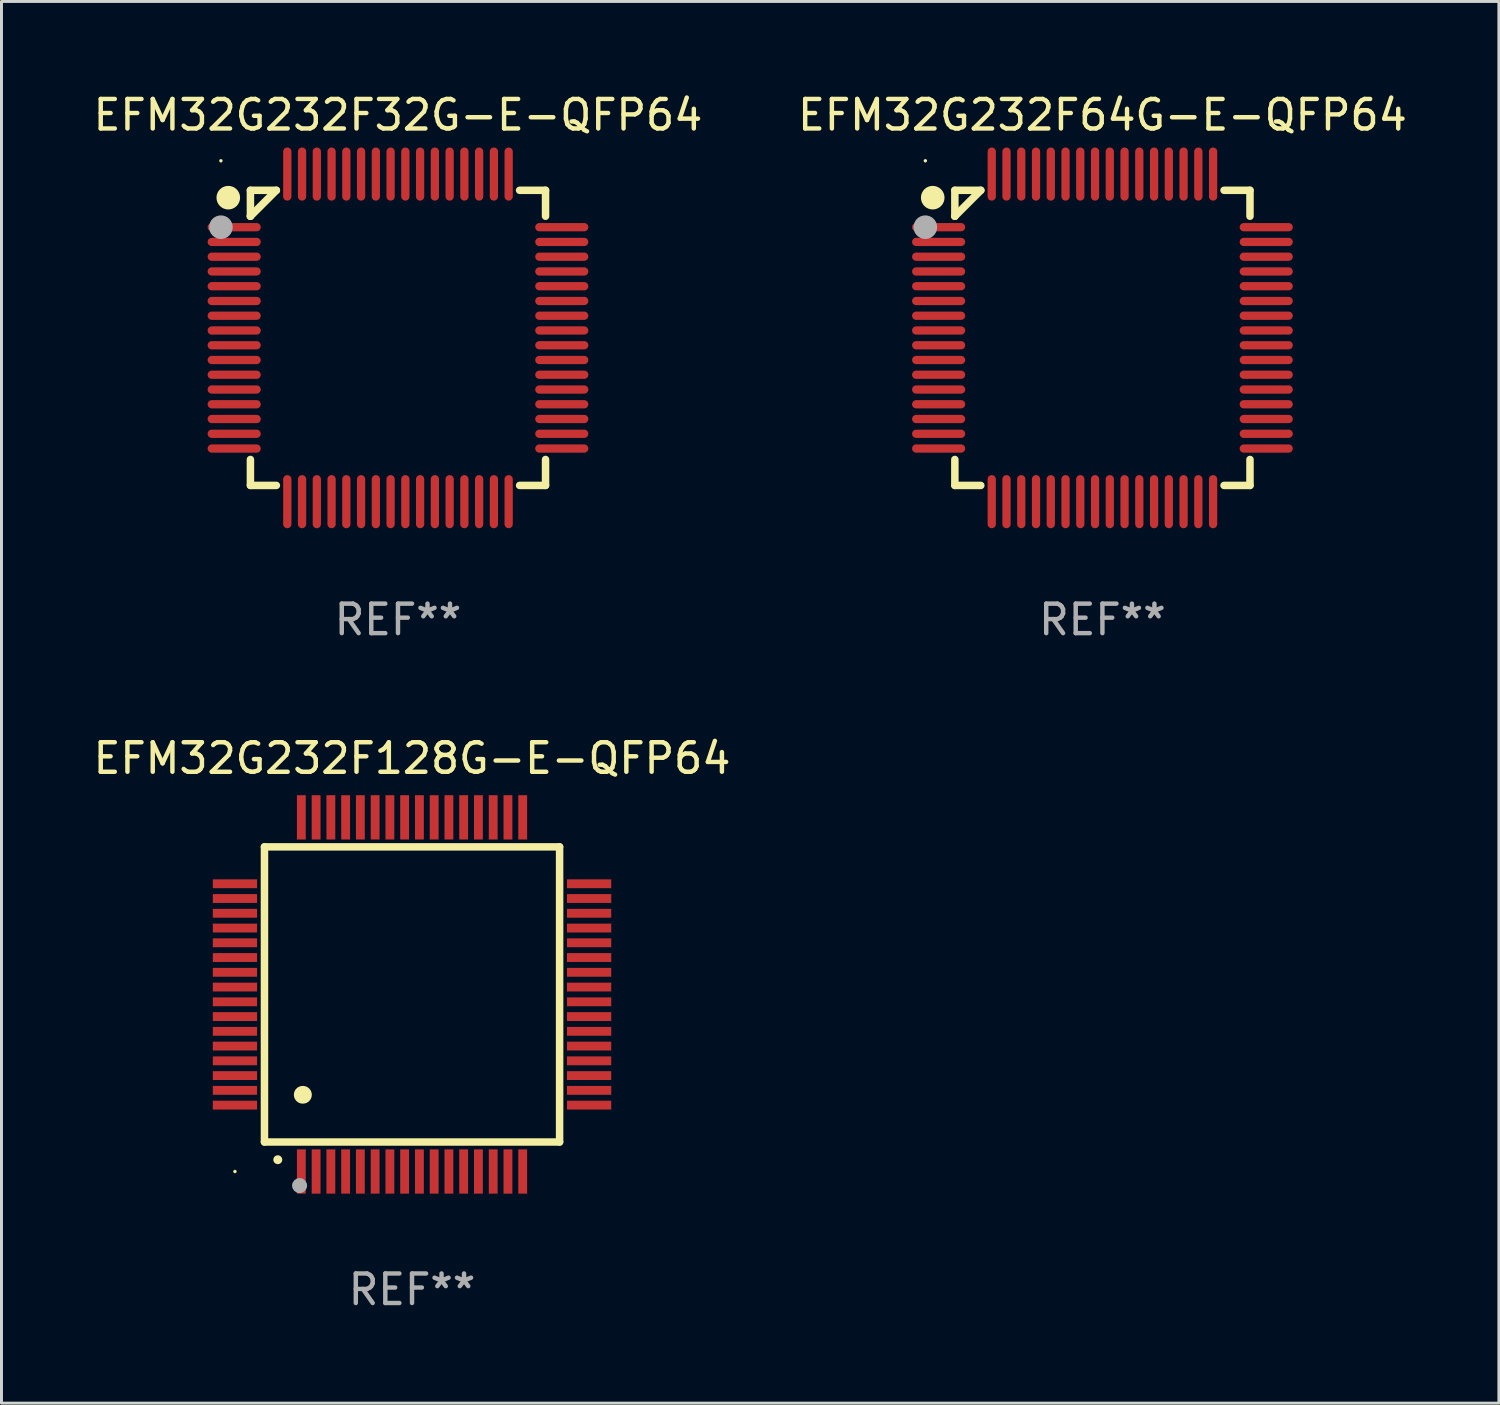
<source format=kicad_pcb>
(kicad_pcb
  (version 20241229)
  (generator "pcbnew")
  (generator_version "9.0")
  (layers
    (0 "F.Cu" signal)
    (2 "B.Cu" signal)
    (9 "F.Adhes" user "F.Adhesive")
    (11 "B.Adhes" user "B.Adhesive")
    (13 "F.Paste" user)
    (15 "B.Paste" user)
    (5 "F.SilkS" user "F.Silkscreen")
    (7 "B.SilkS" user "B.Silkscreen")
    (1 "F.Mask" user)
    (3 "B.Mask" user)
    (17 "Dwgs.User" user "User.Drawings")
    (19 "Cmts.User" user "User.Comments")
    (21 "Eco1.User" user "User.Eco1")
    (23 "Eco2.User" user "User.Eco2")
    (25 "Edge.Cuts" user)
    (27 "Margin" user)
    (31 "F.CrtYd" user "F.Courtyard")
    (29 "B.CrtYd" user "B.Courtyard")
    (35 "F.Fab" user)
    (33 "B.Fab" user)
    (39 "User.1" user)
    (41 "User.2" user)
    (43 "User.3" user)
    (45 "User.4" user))
  (footprint "EFM32G232F128G-E-QFP64"
    (layer "F.Cu")
    (at 10.911 30.645)
    (property "Reference" "EFM32G232F128G-E-QFP64" (at 0 -8 0) (layer "F.SilkS") (effects (font (size 1 1) (thickness 0.15))))
    (attr through_hole)
    (fp_line (start -5 -5) (end -5 5) (stroke (width 0.254) (type solid)) (layer "F.SilkS"))
    (fp_line (start -5 -5) (end 5 -5) (stroke (width 0.254) (type solid)) (layer "F.SilkS"))
    (fp_line (start -5 5) (end 5 5) (stroke (width 0.254) (type solid)) (layer "F.SilkS"))
    (fp_line (start 5 -5) (end 5 5) (stroke (width 0.254) (type solid)) (layer "F.SilkS"))
    (fp_arc (start -4.549987 5.6) (mid -4.548717 5.599995) (end -4.547447 5.6) (stroke (width 0.3) (type solid)) (layer "F.SilkS"))
    (fp_arc (start -3.703835 3.400076) (mid -3.700025 3.400052) (end -3.696215 3.400076) (stroke (width 0.6) (type solid)) (layer "F.SilkS"))
    (fp_circle (center -6 6) (end -5.97 6) (stroke (width 0.06) (type solid)) (fill no) (layer "F.SilkS"))
    (fp_circle (center -3.81 6.477) (end -3.683 6.477) (stroke (width 0.254) (type solid)) (fill no) (layer "F.Fab"))
    (fp_text user "REF**" (at 0 10 0) (layer "F.Fab") (effects (font (size 1 1) (thickness 0.15))))
    (pad "1" smd rect (at -3.75 6 180) (size 0.3 1.5) (layers "F.Cu" "F.Mask" "F.Paste"))
    (pad "2" smd rect (at -3.25 6 180) (size 0.3 1.5) (layers "F.Cu" "F.Mask" "F.Paste"))
    (pad "3" smd rect (at -2.75 6 180) (size 0.3 1.5) (layers "F.Cu" "F.Mask" "F.Paste"))
    (pad "4" smd rect (at -2.25 6 180) (size 0.3 1.5) (layers "F.Cu" "F.Mask" "F.Paste"))
    (pad "5" smd rect (at -1.75 6 180) (size 0.3 1.5) (layers "F.Cu" "F.Mask" "F.Paste"))
    (pad "6" smd rect (at -1.25 6 180) (size 0.3 1.5) (layers "F.Cu" "F.Mask" "F.Paste"))
    (pad "7" smd rect (at -0.75 6 180) (size 0.3 1.5) (layers "F.Cu" "F.Mask" "F.Paste"))
    (pad "8" smd rect (at -0.25 6 180) (size 0.3 1.5) (layers "F.Cu" "F.Mask" "F.Paste"))
    (pad "9" smd rect (at 0.25 6 180) (size 0.3 1.5) (layers "F.Cu" "F.Mask" "F.Paste"))
    (pad "10" smd rect (at 0.75 6 180) (size 0.3 1.5) (layers "F.Cu" "F.Mask" "F.Paste"))
    (pad "11" smd rect (at 1.25 6 180) (size 0.3 1.5) (layers "F.Cu" "F.Mask" "F.Paste"))
    (pad "12" smd rect (at 1.75 6 180) (size 0.3 1.5) (layers "F.Cu" "F.Mask" "F.Paste"))
    (pad "13" smd rect (at 2.25 6 180) (size 0.3 1.5) (layers "F.Cu" "F.Mask" "F.Paste"))
    (pad "14" smd rect (at 2.75 6 180) (size 0.3 1.5) (layers "F.Cu" "F.Mask" "F.Paste"))
    (pad "15" smd rect (at 3.25 6 180) (size 0.3 1.5) (layers "F.Cu" "F.Mask" "F.Paste"))
    (pad "16" smd rect (at 3.75 6 180) (size 0.3 1.5) (layers "F.Cu" "F.Mask" "F.Paste"))
    (pad "17" smd rect (at 6 3.75 90) (size 0.3 1.5) (layers "F.Cu" "F.Mask" "F.Paste"))
    (pad "18" smd rect (at 6 3.25 90) (size 0.3 1.5) (layers "F.Cu" "F.Mask" "F.Paste"))
    (pad "19" smd rect (at 6 2.75 90) (size 0.3 1.5) (layers "F.Cu" "F.Mask" "F.Paste"))
    (pad "20" smd rect (at 6 2.25 90) (size 0.3 1.5) (layers "F.Cu" "F.Mask" "F.Paste"))
    (pad "21" smd rect (at 6 1.75 90) (size 0.3 1.5) (layers "F.Cu" "F.Mask" "F.Paste"))
    (pad "22" smd rect (at 6 1.25 90) (size 0.3 1.5) (layers "F.Cu" "F.Mask" "F.Paste"))
    (pad "23" smd rect (at 6 0.75 90) (size 0.3 1.5) (layers "F.Cu" "F.Mask" "F.Paste"))
    (pad "24" smd rect (at 6 0.25 90) (size 0.3 1.5) (layers "F.Cu" "F.Mask" "F.Paste"))
    (pad "25" smd rect (at 6 -0.25 90) (size 0.3 1.5) (layers "F.Cu" "F.Mask" "F.Paste"))
    (pad "26" smd rect (at 6 -0.75 90) (size 0.3 1.5) (layers "F.Cu" "F.Mask" "F.Paste"))
    (pad "27" smd rect (at 6 -1.25 90) (size 0.3 1.5) (layers "F.Cu" "F.Mask" "F.Paste"))
    (pad "28" smd rect (at 6 -1.75 90) (size 0.3 1.5) (layers "F.Cu" "F.Mask" "F.Paste"))
    (pad "29" smd rect (at 6 -2.25 90) (size 0.3 1.5) (layers "F.Cu" "F.Mask" "F.Paste"))
    (pad "30" smd rect (at 6 -2.75 90) (size 0.3 1.5) (layers "F.Cu" "F.Mask" "F.Paste"))
    (pad "31" smd rect (at 6 -3.25 90) (size 0.3 1.5) (layers "F.Cu" "F.Mask" "F.Paste"))
    (pad "32" smd rect (at 6 -3.75 90) (size 0.3 1.5) (layers "F.Cu" "F.Mask" "F.Paste"))
    (pad "33" smd rect (at 3.75 -6 180) (size 0.3 1.5) (layers "F.Cu" "F.Mask" "F.Paste"))
    (pad "34" smd rect (at 3.25 -6 180) (size 0.3 1.5) (layers "F.Cu" "F.Mask" "F.Paste"))
    (pad "35" smd rect (at 2.75 -6 180) (size 0.3 1.5) (layers "F.Cu" "F.Mask" "F.Paste"))
    (pad "36" smd rect (at 2.25 -6 180) (size 0.3 1.5) (layers "F.Cu" "F.Mask" "F.Paste"))
    (pad "37" smd rect (at 1.75 -6 180) (size 0.3 1.5) (layers "F.Cu" "F.Mask" "F.Paste"))
    (pad "38" smd rect (at 1.25 -6 180) (size 0.3 1.5) (layers "F.Cu" "F.Mask" "F.Paste"))
    (pad "39" smd rect (at 0.75 -6 180) (size 0.3 1.5) (layers "F.Cu" "F.Mask" "F.Paste"))
    (pad "40" smd rect (at 0.25 -6 180) (size 0.3 1.5) (layers "F.Cu" "F.Mask" "F.Paste"))
    (pad "41" smd rect (at -0.25 -6 180) (size 0.3 1.5) (layers "F.Cu" "F.Mask" "F.Paste"))
    (pad "42" smd rect (at -0.75 -6 180) (size 0.3 1.5) (layers "F.Cu" "F.Mask" "F.Paste"))
    (pad "43" smd rect (at -1.25 -6 180) (size 0.3 1.5) (layers "F.Cu" "F.Mask" "F.Paste"))
    (pad "44" smd rect (at -1.75 -6 180) (size 0.3 1.5) (layers "F.Cu" "F.Mask" "F.Paste"))
    (pad "45" smd rect (at -2.25 -6 180) (size 0.3 1.5) (layers "F.Cu" "F.Mask" "F.Paste"))
    (pad "46" smd rect (at -2.75 -6 180) (size 0.3 1.5) (layers "F.Cu" "F.Mask" "F.Paste"))
    (pad "47" smd rect (at -3.25 -6 180) (size 0.3 1.5) (layers "F.Cu" "F.Mask" "F.Paste"))
    (pad "48" smd rect (at -3.75 -6 180) (size 0.3 1.5) (layers "F.Cu" "F.Mask" "F.Paste"))
    (pad "49" smd rect (at -6 -3.75 90) (size 0.3 1.5) (layers "F.Cu" "F.Mask" "F.Paste"))
    (pad "50" smd rect (at -6 -3.25 90) (size 0.3 1.5) (layers "F.Cu" "F.Mask" "F.Paste"))
    (pad "51" smd rect (at -6 -2.75 90) (size 0.3 1.5) (layers "F.Cu" "F.Mask" "F.Paste"))
    (pad "52" smd rect (at -6 -2.25 90) (size 0.3 1.5) (layers "F.Cu" "F.Mask" "F.Paste"))
    (pad "53" smd rect (at -6 -1.75 90) (size 0.3 1.5) (layers "F.Cu" "F.Mask" "F.Paste"))
    (pad "54" smd rect (at -6 -1.25 90) (size 0.3 1.5) (layers "F.Cu" "F.Mask" "F.Paste"))
    (pad "55" smd rect (at -6 -0.75 90) (size 0.3 1.5) (layers "F.Cu" "F.Mask" "F.Paste"))
    (pad "56" smd rect (at -6 -0.25 90) (size 0.3 1.5) (layers "F.Cu" "F.Mask" "F.Paste"))
    (pad "57" smd rect (at -6 0.25 90) (size 0.3 1.5) (layers "F.Cu" "F.Mask" "F.Paste"))
    (pad "58" smd rect (at -6 0.75 90) (size 0.3 1.5) (layers "F.Cu" "F.Mask" "F.Paste"))
    (pad "59" smd rect (at -6 1.25 90) (size 0.3 1.5) (layers "F.Cu" "F.Mask" "F.Paste"))
    (pad "60" smd rect (at -6 1.75 90) (size 0.3 1.5) (layers "F.Cu" "F.Mask" "F.Paste"))
    (pad "61" smd rect (at -6 2.25 90) (size 0.3 1.5) (layers "F.Cu" "F.Mask" "F.Paste"))
    (pad "62" smd rect (at -6 2.75 90) (size 0.3 1.5) (layers "F.Cu" "F.Mask" "F.Paste"))
    (pad "63" smd rect (at -6 3.25 90) (size 0.3 1.5) (layers "F.Cu" "F.Mask" "F.Paste"))
    (pad "64" smd rect (at -6 3.75 90) (size 0.3 1.5) (layers "F.Cu" "F.Mask" "F.Paste")))
  (footprint "EFM32G232F32G-E-QFP64"
    (layer "F.Cu")
    (at 10.435 8.398)
    (property "Reference" "EFM32G232F32G-E-QFP64" (at 0 -7.55 0) (layer "F.SilkS") (effects (font (size 1 1) (thickness 0.15))))
    (attr through_hole)
    (fp_line (start -5 -5) (end -4.121 -5) (stroke (width 0.254) (type solid)) (layer "F.SilkS"))
    (fp_line (start -5 -4.121) (end -5 -5) (stroke (width 0.254) (type solid)) (layer "F.SilkS"))
    (fp_line (start -5 -4.121) (end -5 -4.121) (stroke (width 0.254) (type solid)) (layer "F.SilkS"))
    (fp_line (start -5 -4.121) (end -4.121 -5) (stroke (width 0.254) (type solid)) (layer "F.SilkS"))
    (fp_line (start -5 5) (end -5 4.121) (stroke (width 0.254) (type solid)) (layer "F.SilkS"))
    (fp_line (start -4.121 5) (end -5 5) (stroke (width 0.254) (type solid)) (layer "F.SilkS"))
    (fp_line (start 4.121 -5) (end 5 -5) (stroke (width 0.254) (type solid)) (layer "F.SilkS"))
    (fp_line (start 5 -5) (end 5 -4.121) (stroke (width 0.254) (type solid)) (layer "F.SilkS"))
    (fp_line (start 5 4.121) (end 5 5) (stroke (width 0.254) (type solid)) (layer "F.SilkS"))
    (fp_line (start 5 5) (end 4.121 5) (stroke (width 0.254) (type solid)) (layer "F.SilkS"))
    (fp_circle (center -6 -6) (end -5.97 -6) (stroke (width 0.06) (type solid)) (fill no) (layer "F.SilkS"))
    (fp_circle (center -5.75 -4.75) (end -5.55 -4.75) (stroke (width 0.4) (type solid)) (fill no) (layer "F.SilkS"))
    (fp_circle (center -6 -3.75) (end -5.8 -3.75) (stroke (width 0.4) (type solid)) (fill no) (layer "F.Fab"))
    (fp_text user "REF**" (at 0 9.55 0) (layer "F.Fab") (effects (font (size 1 1) (thickness 0.15))))
    (pad "1" smd oval (at -5.55 -3.75 90) (size 0.28 1.8) (layers "F.Cu" "F.Mask" "F.Paste"))
    (pad "2" smd oval (at -5.55 -3.25 90) (size 0.28 1.8) (layers "F.Cu" "F.Mask" "F.Paste"))
    (pad "3" smd oval (at -5.55 -2.75 90) (size 0.28 1.8) (layers "F.Cu" "F.Mask" "F.Paste"))
    (pad "4" smd oval (at -5.55 -2.25 90) (size 0.28 1.8) (layers "F.Cu" "F.Mask" "F.Paste"))
    (pad "5" smd oval (at -5.55 -1.75 90) (size 0.28 1.8) (layers "F.Cu" "F.Mask" "F.Paste"))
    (pad "6" smd oval (at -5.55 -1.25 90) (size 0.28 1.8) (layers "F.Cu" "F.Mask" "F.Paste"))
    (pad "7" smd oval (at -5.55 -0.75 90) (size 0.28 1.8) (layers "F.Cu" "F.Mask" "F.Paste"))
    (pad "8" smd oval (at -5.55 -0.25 90) (size 0.28 1.8) (layers "F.Cu" "F.Mask" "F.Paste"))
    (pad "9" smd oval (at -5.55 0.25 90) (size 0.28 1.8) (layers "F.Cu" "F.Mask" "F.Paste"))
    (pad "10" smd oval (at -5.55 0.75 90) (size 0.28 1.8) (layers "F.Cu" "F.Mask" "F.Paste"))
    (pad "11" smd oval (at -5.55 1.25 90) (size 0.28 1.8) (layers "F.Cu" "F.Mask" "F.Paste"))
    (pad "12" smd oval (at -5.55 1.75 90) (size 0.28 1.8) (layers "F.Cu" "F.Mask" "F.Paste"))
    (pad "13" smd oval (at -5.55 2.25 90) (size 0.28 1.8) (layers "F.Cu" "F.Mask" "F.Paste"))
    (pad "14" smd oval (at -5.55 2.75 90) (size 0.28 1.8) (layers "F.Cu" "F.Mask" "F.Paste"))
    (pad "15" smd oval (at -5.55 3.25 90) (size 0.28 1.8) (layers "F.Cu" "F.Mask" "F.Paste"))
    (pad "16" smd oval (at -5.55 3.75 90) (size 0.28 1.8) (layers "F.Cu" "F.Mask" "F.Paste"))
    (pad "17" smd oval (at -3.75 5.55) (size 0.28 1.8) (layers "F.Cu" "F.Mask" "F.Paste"))
    (pad "18" smd oval (at -3.25 5.55) (size 0.28 1.8) (layers "F.Cu" "F.Mask" "F.Paste"))
    (pad "19" smd oval (at -2.75 5.55) (size 0.28 1.8) (layers "F.Cu" "F.Mask" "F.Paste"))
    (pad "20" smd oval (at -2.25 5.55) (size 0.28 1.8) (layers "F.Cu" "F.Mask" "F.Paste"))
    (pad "21" smd oval (at -1.75 5.55) (size 0.28 1.8) (layers "F.Cu" "F.Mask" "F.Paste"))
    (pad "22" smd oval (at -1.25 5.55) (size 0.28 1.8) (layers "F.Cu" "F.Mask" "F.Paste"))
    (pad "23" smd oval (at -0.75 5.55) (size 0.28 1.8) (layers "F.Cu" "F.Mask" "F.Paste"))
    (pad "24" smd oval (at -0.25 5.55) (size 0.28 1.8) (layers "F.Cu" "F.Mask" "F.Paste"))
    (pad "25" smd oval (at 0.25 5.55) (size 0.28 1.8) (layers "F.Cu" "F.Mask" "F.Paste"))
    (pad "26" smd oval (at 0.75 5.55) (size 0.28 1.8) (layers "F.Cu" "F.Mask" "F.Paste"))
    (pad "27" smd oval (at 1.25 5.55) (size 0.28 1.8) (layers "F.Cu" "F.Mask" "F.Paste"))
    (pad "28" smd oval (at 1.75 5.55) (size 0.28 1.8) (layers "F.Cu" "F.Mask" "F.Paste"))
    (pad "29" smd oval (at 2.25 5.55) (size 0.28 1.8) (layers "F.Cu" "F.Mask" "F.Paste"))
    (pad "30" smd oval (at 2.75 5.55) (size 0.28 1.8) (layers "F.Cu" "F.Mask" "F.Paste"))
    (pad "31" smd oval (at 3.25 5.55) (size 0.28 1.8) (layers "F.Cu" "F.Mask" "F.Paste"))
    (pad "32" smd oval (at 3.75 5.55) (size 0.28 1.8) (layers "F.Cu" "F.Mask" "F.Paste"))
    (pad "33" smd oval (at 5.55 3.75 90) (size 0.28 1.8) (layers "F.Cu" "F.Mask" "F.Paste"))
    (pad "34" smd oval (at 5.55 3.25 90) (size 0.28 1.8) (layers "F.Cu" "F.Mask" "F.Paste"))
    (pad "35" smd oval (at 5.55 2.75 90) (size 0.28 1.8) (layers "F.Cu" "F.Mask" "F.Paste"))
    (pad "36" smd oval (at 5.55 2.25 90) (size 0.28 1.8) (layers "F.Cu" "F.Mask" "F.Paste"))
    (pad "37" smd oval (at 5.55 1.75 90) (size 0.28 1.8) (layers "F.Cu" "F.Mask" "F.Paste"))
    (pad "38" smd oval (at 5.55 1.25 90) (size 0.28 1.8) (layers "F.Cu" "F.Mask" "F.Paste"))
    (pad "39" smd oval (at 5.55 0.75 90) (size 0.28 1.8) (layers "F.Cu" "F.Mask" "F.Paste"))
    (pad "40" smd oval (at 5.55 0.25 90) (size 0.28 1.8) (layers "F.Cu" "F.Mask" "F.Paste"))
    (pad "41" smd oval (at 5.55 -0.25 90) (size 0.28 1.8) (layers "F.Cu" "F.Mask" "F.Paste"))
    (pad "42" smd oval (at 5.55 -0.75 90) (size 0.28 1.8) (layers "F.Cu" "F.Mask" "F.Paste"))
    (pad "43" smd oval (at 5.55 -1.25 90) (size 0.28 1.8) (layers "F.Cu" "F.Mask" "F.Paste"))
    (pad "44" smd oval (at 5.55 -1.75 90) (size 0.28 1.8) (layers "F.Cu" "F.Mask" "F.Paste"))
    (pad "45" smd oval (at 5.55 -2.25 90) (size 0.28 1.8) (layers "F.Cu" "F.Mask" "F.Paste"))
    (pad "46" smd oval (at 5.55 -2.75 90) (size 0.28 1.8) (layers "F.Cu" "F.Mask" "F.Paste"))
    (pad "47" smd oval (at 5.55 -3.25 90) (size 0.28 1.8) (layers "F.Cu" "F.Mask" "F.Paste"))
    (pad "48" smd oval (at 5.55 -3.75 90) (size 0.28 1.8) (layers "F.Cu" "F.Mask" "F.Paste"))
    (pad "49" smd oval (at 3.75 -5.55) (size 0.28 1.8) (layers "F.Cu" "F.Mask" "F.Paste"))
    (pad "50" smd oval (at 3.25 -5.55) (size 0.28 1.8) (layers "F.Cu" "F.Mask" "F.Paste"))
    (pad "51" smd oval (at 2.75 -5.55) (size 0.28 1.8) (layers "F.Cu" "F.Mask" "F.Paste"))
    (pad "52" smd oval (at 2.25 -5.55) (size 0.28 1.8) (layers "F.Cu" "F.Mask" "F.Paste"))
    (pad "53" smd oval (at 1.75 -5.55) (size 0.28 1.8) (layers "F.Cu" "F.Mask" "F.Paste"))
    (pad "54" smd oval (at 1.25 -5.55) (size 0.28 1.8) (layers "F.Cu" "F.Mask" "F.Paste"))
    (pad "55" smd oval (at 0.75 -5.55) (size 0.28 1.8) (layers "F.Cu" "F.Mask" "F.Paste"))
    (pad "56" smd oval (at 0.25 -5.55) (size 0.28 1.8) (layers "F.Cu" "F.Mask" "F.Paste"))
    (pad "57" smd oval (at -0.25 -5.55) (size 0.28 1.8) (layers "F.Cu" "F.Mask" "F.Paste"))
    (pad "58" smd oval (at -0.75 -5.55) (size 0.28 1.8) (layers "F.Cu" "F.Mask" "F.Paste"))
    (pad "59" smd oval (at -1.25 -5.55) (size 0.28 1.8) (layers "F.Cu" "F.Mask" "F.Paste"))
    (pad "60" smd oval (at -1.75 -5.55) (size 0.28 1.8) (layers "F.Cu" "F.Mask" "F.Paste"))
    (pad "61" smd oval (at -2.25 -5.55) (size 0.28 1.8) (layers "F.Cu" "F.Mask" "F.Paste"))
    (pad "62" smd oval (at -2.75 -5.55) (size 0.28 1.8) (layers "F.Cu" "F.Mask" "F.Paste"))
    (pad "63" smd oval (at -3.25 -5.55) (size 0.28 1.8) (layers "F.Cu" "F.Mask" "F.Paste"))
    (pad "64" smd oval (at -3.75 -5.55) (size 0.28 1.8) (layers "F.Cu" "F.Mask" "F.Paste")))
  (footprint "EFM32G232F64G-E-QFP64"
    (layer "F.Cu")
    (at 34.304 8.398)
    (property "Reference" "EFM32G232F64G-E-QFP64" (at 0 -7.55 0) (layer "F.SilkS") (effects (font (size 1 1) (thickness 0.15))))
    (attr through_hole)
    (fp_line (start -5 -5) (end -4.121 -5) (stroke (width 0.254) (type solid)) (layer "F.SilkS"))
    (fp_line (start -5 -4.121) (end -5 -5) (stroke (width 0.254) (type solid)) (layer "F.SilkS"))
    (fp_line (start -5 -4.121) (end -5 -4.121) (stroke (width 0.254) (type solid)) (layer "F.SilkS"))
    (fp_line (start -5 -4.121) (end -4.121 -5) (stroke (width 0.254) (type solid)) (layer "F.SilkS"))
    (fp_line (start -5 5) (end -5 4.121) (stroke (width 0.254) (type solid)) (layer "F.SilkS"))
    (fp_line (start -4.121 5) (end -5 5) (stroke (width 0.254) (type solid)) (layer "F.SilkS"))
    (fp_line (start 4.121 -5) (end 5 -5) (stroke (width 0.254) (type solid)) (layer "F.SilkS"))
    (fp_line (start 5 -5) (end 5 -4.121) (stroke (width 0.254) (type solid)) (layer "F.SilkS"))
    (fp_line (start 5 4.121) (end 5 5) (stroke (width 0.254) (type solid)) (layer "F.SilkS"))
    (fp_line (start 5 5) (end 4.121 5) (stroke (width 0.254) (type solid)) (layer "F.SilkS"))
    (fp_circle (center -6 -6) (end -5.97 -6) (stroke (width 0.06) (type solid)) (fill no) (layer "F.SilkS"))
    (fp_circle (center -5.75 -4.75) (end -5.55 -4.75) (stroke (width 0.4) (type solid)) (fill no) (layer "F.SilkS"))
    (fp_circle (center -6 -3.75) (end -5.8 -3.75) (stroke (width 0.4) (type solid)) (fill no) (layer "F.Fab"))
    (fp_text user "REF**" (at 0 9.55 0) (layer "F.Fab") (effects (font (size 1 1) (thickness 0.15))))
    (pad "1" smd oval (at -5.55 -3.75 90) (size 0.28 1.8) (layers "F.Cu" "F.Mask" "F.Paste"))
    (pad "2" smd oval (at -5.55 -3.25 90) (size 0.28 1.8) (layers "F.Cu" "F.Mask" "F.Paste"))
    (pad "3" smd oval (at -5.55 -2.75 90) (size 0.28 1.8) (layers "F.Cu" "F.Mask" "F.Paste"))
    (pad "4" smd oval (at -5.55 -2.25 90) (size 0.28 1.8) (layers "F.Cu" "F.Mask" "F.Paste"))
    (pad "5" smd oval (at -5.55 -1.75 90) (size 0.28 1.8) (layers "F.Cu" "F.Mask" "F.Paste"))
    (pad "6" smd oval (at -5.55 -1.25 90) (size 0.28 1.8) (layers "F.Cu" "F.Mask" "F.Paste"))
    (pad "7" smd oval (at -5.55 -0.75 90) (size 0.28 1.8) (layers "F.Cu" "F.Mask" "F.Paste"))
    (pad "8" smd oval (at -5.55 -0.25 90) (size 0.28 1.8) (layers "F.Cu" "F.Mask" "F.Paste"))
    (pad "9" smd oval (at -5.55 0.25 90) (size 0.28 1.8) (layers "F.Cu" "F.Mask" "F.Paste"))
    (pad "10" smd oval (at -5.55 0.75 90) (size 0.28 1.8) (layers "F.Cu" "F.Mask" "F.Paste"))
    (pad "11" smd oval (at -5.55 1.25 90) (size 0.28 1.8) (layers "F.Cu" "F.Mask" "F.Paste"))
    (pad "12" smd oval (at -5.55 1.75 90) (size 0.28 1.8) (layers "F.Cu" "F.Mask" "F.Paste"))
    (pad "13" smd oval (at -5.55 2.25 90) (size 0.28 1.8) (layers "F.Cu" "F.Mask" "F.Paste"))
    (pad "14" smd oval (at -5.55 2.75 90) (size 0.28 1.8) (layers "F.Cu" "F.Mask" "F.Paste"))
    (pad "15" smd oval (at -5.55 3.25 90) (size 0.28 1.8) (layers "F.Cu" "F.Mask" "F.Paste"))
    (pad "16" smd oval (at -5.55 3.75 90) (size 0.28 1.8) (layers "F.Cu" "F.Mask" "F.Paste"))
    (pad "17" smd oval (at -3.75 5.55) (size 0.28 1.8) (layers "F.Cu" "F.Mask" "F.Paste"))
    (pad "18" smd oval (at -3.25 5.55) (size 0.28 1.8) (layers "F.Cu" "F.Mask" "F.Paste"))
    (pad "19" smd oval (at -2.75 5.55) (size 0.28 1.8) (layers "F.Cu" "F.Mask" "F.Paste"))
    (pad "20" smd oval (at -2.25 5.55) (size 0.28 1.8) (layers "F.Cu" "F.Mask" "F.Paste"))
    (pad "21" smd oval (at -1.75 5.55) (size 0.28 1.8) (layers "F.Cu" "F.Mask" "F.Paste"))
    (pad "22" smd oval (at -1.25 5.55) (size 0.28 1.8) (layers "F.Cu" "F.Mask" "F.Paste"))
    (pad "23" smd oval (at -0.75 5.55) (size 0.28 1.8) (layers "F.Cu" "F.Mask" "F.Paste"))
    (pad "24" smd oval (at -0.25 5.55) (size 0.28 1.8) (layers "F.Cu" "F.Mask" "F.Paste"))
    (pad "25" smd oval (at 0.25 5.55) (size 0.28 1.8) (layers "F.Cu" "F.Mask" "F.Paste"))
    (pad "26" smd oval (at 0.75 5.55) (size 0.28 1.8) (layers "F.Cu" "F.Mask" "F.Paste"))
    (pad "27" smd oval (at 1.25 5.55) (size 0.28 1.8) (layers "F.Cu" "F.Mask" "F.Paste"))
    (pad "28" smd oval (at 1.75 5.55) (size 0.28 1.8) (layers "F.Cu" "F.Mask" "F.Paste"))
    (pad "29" smd oval (at 2.25 5.55) (size 0.28 1.8) (layers "F.Cu" "F.Mask" "F.Paste"))
    (pad "30" smd oval (at 2.75 5.55) (size 0.28 1.8) (layers "F.Cu" "F.Mask" "F.Paste"))
    (pad "31" smd oval (at 3.25 5.55) (size 0.28 1.8) (layers "F.Cu" "F.Mask" "F.Paste"))
    (pad "32" smd oval (at 3.75 5.55) (size 0.28 1.8) (layers "F.Cu" "F.Mask" "F.Paste"))
    (pad "33" smd oval (at 5.55 3.75 90) (size 0.28 1.8) (layers "F.Cu" "F.Mask" "F.Paste"))
    (pad "34" smd oval (at 5.55 3.25 90) (size 0.28 1.8) (layers "F.Cu" "F.Mask" "F.Paste"))
    (pad "35" smd oval (at 5.55 2.75 90) (size 0.28 1.8) (layers "F.Cu" "F.Mask" "F.Paste"))
    (pad "36" smd oval (at 5.55 2.25 90) (size 0.28 1.8) (layers "F.Cu" "F.Mask" "F.Paste"))
    (pad "37" smd oval (at 5.55 1.75 90) (size 0.28 1.8) (layers "F.Cu" "F.Mask" "F.Paste"))
    (pad "38" smd oval (at 5.55 1.25 90) (size 0.28 1.8) (layers "F.Cu" "F.Mask" "F.Paste"))
    (pad "39" smd oval (at 5.55 0.75 90) (size 0.28 1.8) (layers "F.Cu" "F.Mask" "F.Paste"))
    (pad "40" smd oval (at 5.55 0.25 90) (size 0.28 1.8) (layers "F.Cu" "F.Mask" "F.Paste"))
    (pad "41" smd oval (at 5.55 -0.25 90) (size 0.28 1.8) (layers "F.Cu" "F.Mask" "F.Paste"))
    (pad "42" smd oval (at 5.55 -0.75 90) (size 0.28 1.8) (layers "F.Cu" "F.Mask" "F.Paste"))
    (pad "43" smd oval (at 5.55 -1.25 90) (size 0.28 1.8) (layers "F.Cu" "F.Mask" "F.Paste"))
    (pad "44" smd oval (at 5.55 -1.75 90) (size 0.28 1.8) (layers "F.Cu" "F.Mask" "F.Paste"))
    (pad "45" smd oval (at 5.55 -2.25 90) (size 0.28 1.8) (layers "F.Cu" "F.Mask" "F.Paste"))
    (pad "46" smd oval (at 5.55 -2.75 90) (size 0.28 1.8) (layers "F.Cu" "F.Mask" "F.Paste"))
    (pad "47" smd oval (at 5.55 -3.25 90) (size 0.28 1.8) (layers "F.Cu" "F.Mask" "F.Paste"))
    (pad "48" smd oval (at 5.55 -3.75 90) (size 0.28 1.8) (layers "F.Cu" "F.Mask" "F.Paste"))
    (pad "49" smd oval (at 3.75 -5.55) (size 0.28 1.8) (layers "F.Cu" "F.Mask" "F.Paste"))
    (pad "50" smd oval (at 3.25 -5.55) (size 0.28 1.8) (layers "F.Cu" "F.Mask" "F.Paste"))
    (pad "51" smd oval (at 2.75 -5.55) (size 0.28 1.8) (layers "F.Cu" "F.Mask" "F.Paste"))
    (pad "52" smd oval (at 2.25 -5.55) (size 0.28 1.8) (layers "F.Cu" "F.Mask" "F.Paste"))
    (pad "53" smd oval (at 1.75 -5.55) (size 0.28 1.8) (layers "F.Cu" "F.Mask" "F.Paste"))
    (pad "54" smd oval (at 1.25 -5.55) (size 0.28 1.8) (layers "F.Cu" "F.Mask" "F.Paste"))
    (pad "55" smd oval (at 0.75 -5.55) (size 0.28 1.8) (layers "F.Cu" "F.Mask" "F.Paste"))
    (pad "56" smd oval (at 0.25 -5.55) (size 0.28 1.8) (layers "F.Cu" "F.Mask" "F.Paste"))
    (pad "57" smd oval (at -0.25 -5.55) (size 0.28 1.8) (layers "F.Cu" "F.Mask" "F.Paste"))
    (pad "58" smd oval (at -0.75 -5.55) (size 0.28 1.8) (layers "F.Cu" "F.Mask" "F.Paste"))
    (pad "59" smd oval (at -1.25 -5.55) (size 0.28 1.8) (layers "F.Cu" "F.Mask" "F.Paste"))
    (pad "60" smd oval (at -1.75 -5.55) (size 0.28 1.8) (layers "F.Cu" "F.Mask" "F.Paste"))
    (pad "61" smd oval (at -2.25 -5.55) (size 0.28 1.8) (layers "F.Cu" "F.Mask" "F.Paste"))
    (pad "62" smd oval (at -2.75 -5.55) (size 0.28 1.8) (layers "F.Cu" "F.Mask" "F.Paste"))
    (pad "63" smd oval (at -3.25 -5.55) (size 0.28 1.8) (layers "F.Cu" "F.Mask" "F.Paste"))
    (pad "64" smd oval (at -3.75 -5.55) (size 0.28 1.8) (layers "F.Cu" "F.Mask" "F.Paste")))
  (gr_rect
    (start -3 -3)
    (end 47.738 44.493)
    (stroke (width 0.1) (type default))
    (fill no)
    (layer "Edge.Cuts")))
</source>
